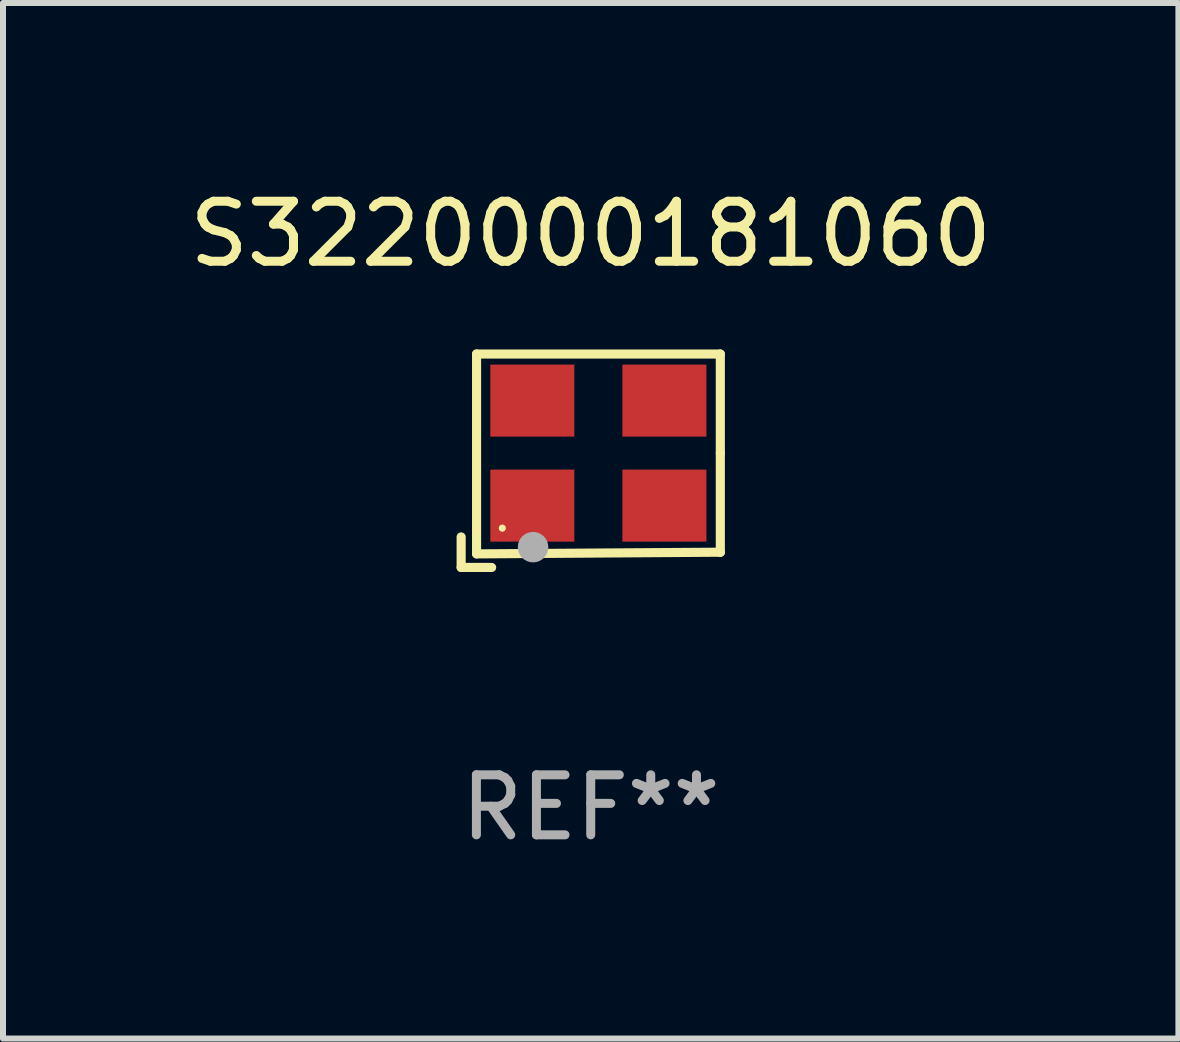
<source format=kicad_pcb>
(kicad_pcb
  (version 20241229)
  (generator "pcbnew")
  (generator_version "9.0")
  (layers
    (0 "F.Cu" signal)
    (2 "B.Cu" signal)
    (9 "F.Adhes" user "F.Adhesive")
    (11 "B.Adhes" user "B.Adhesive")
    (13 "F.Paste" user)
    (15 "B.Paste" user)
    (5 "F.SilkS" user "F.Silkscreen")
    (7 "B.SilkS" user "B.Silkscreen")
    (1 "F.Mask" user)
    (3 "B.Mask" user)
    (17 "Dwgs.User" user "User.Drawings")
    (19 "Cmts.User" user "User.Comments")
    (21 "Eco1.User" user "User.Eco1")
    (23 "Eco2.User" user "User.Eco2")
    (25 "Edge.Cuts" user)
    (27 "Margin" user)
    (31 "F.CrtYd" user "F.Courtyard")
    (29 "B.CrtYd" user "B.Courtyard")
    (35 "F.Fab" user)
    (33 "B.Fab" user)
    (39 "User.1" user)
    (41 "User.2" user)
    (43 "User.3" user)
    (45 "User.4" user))
  (footprint "S3220000181060"
    (layer "F.Cu")
    (at 6.792 4.626)
    (property "Reference" "S3220000181060" (at 0 -3.778 0) (layer "F.SilkS") (effects (font (size 1 1) (thickness 0.15))))
    (attr through_hole)
    (fp_line (start -2.159 1.27) (end -2.159 1.778) (stroke (width 0.152) (type solid)) (layer "F.SilkS"))
    (fp_line (start -2.159 1.778) (end -1.651 1.778) (stroke (width 0.152) (type solid)) (layer "F.SilkS"))
    (fp_line (start -1.902 -1.778) (end 2.159 -1.778) (stroke (width 0.152) (type solid)) (layer "F.SilkS"))
    (fp_line (start -1.902 1.552) (end -1.902 -1.778) (stroke (width 0.152) (type solid)) (layer "F.SilkS"))
    (fp_line (start 2.159 -1.778) (end 2.159 -0.127) (stroke (width 0.152) (type solid)) (layer "F.SilkS"))
    (fp_line (start 2.159 -0.127) (end 2.159 1.524) (stroke (width 0.152) (type solid)) (layer "F.SilkS"))
    (fp_line (start 2.159 1.524) (end -1.902 1.552) (stroke (width 0.152) (type solid)) (layer "F.SilkS"))
    (fp_line (start 2.159 1.524) (end 2.159 1.524) (stroke (width 0.152) (type solid)) (layer "F.SilkS"))
    (fp_circle (center -1.473 1.123) (end -1.443 1.123) (stroke (width 0.06) (type solid)) (fill no) (layer "F.SilkS"))
    (fp_circle (center -0.961 1.44) (end -0.834 1.44) (stroke (width 0.254) (type solid)) (fill no) (layer "F.Fab"))
    (fp_text user "REF**" (at 0 5.778 0) (layer "F.Fab") (effects (font (size 1 1) (thickness 0.15))))
    (pad "1" smd rect (at -0.973 0.748) (size 1.4 1.2) (layers "F.Cu" "F.Mask" "F.Paste"))
    (pad "2" smd rect (at 1.227 0.748) (size 1.4 1.2) (layers "F.Cu" "F.Mask" "F.Paste"))
    (pad "3" smd rect (at 1.227 -1.002) (size 1.4 1.2) (layers "F.Cu" "F.Mask" "F.Paste"))
    (pad "4" smd rect (at -0.973 -1.002) (size 1.4 1.2) (layers "F.Cu" "F.Mask" "F.Paste")))
  (gr_rect
    (start -3 -3)
    (end 16.583 14.253)
    (stroke (width 0.1) (type default))
    (fill no)
    (layer "Edge.Cuts")))
</source>
